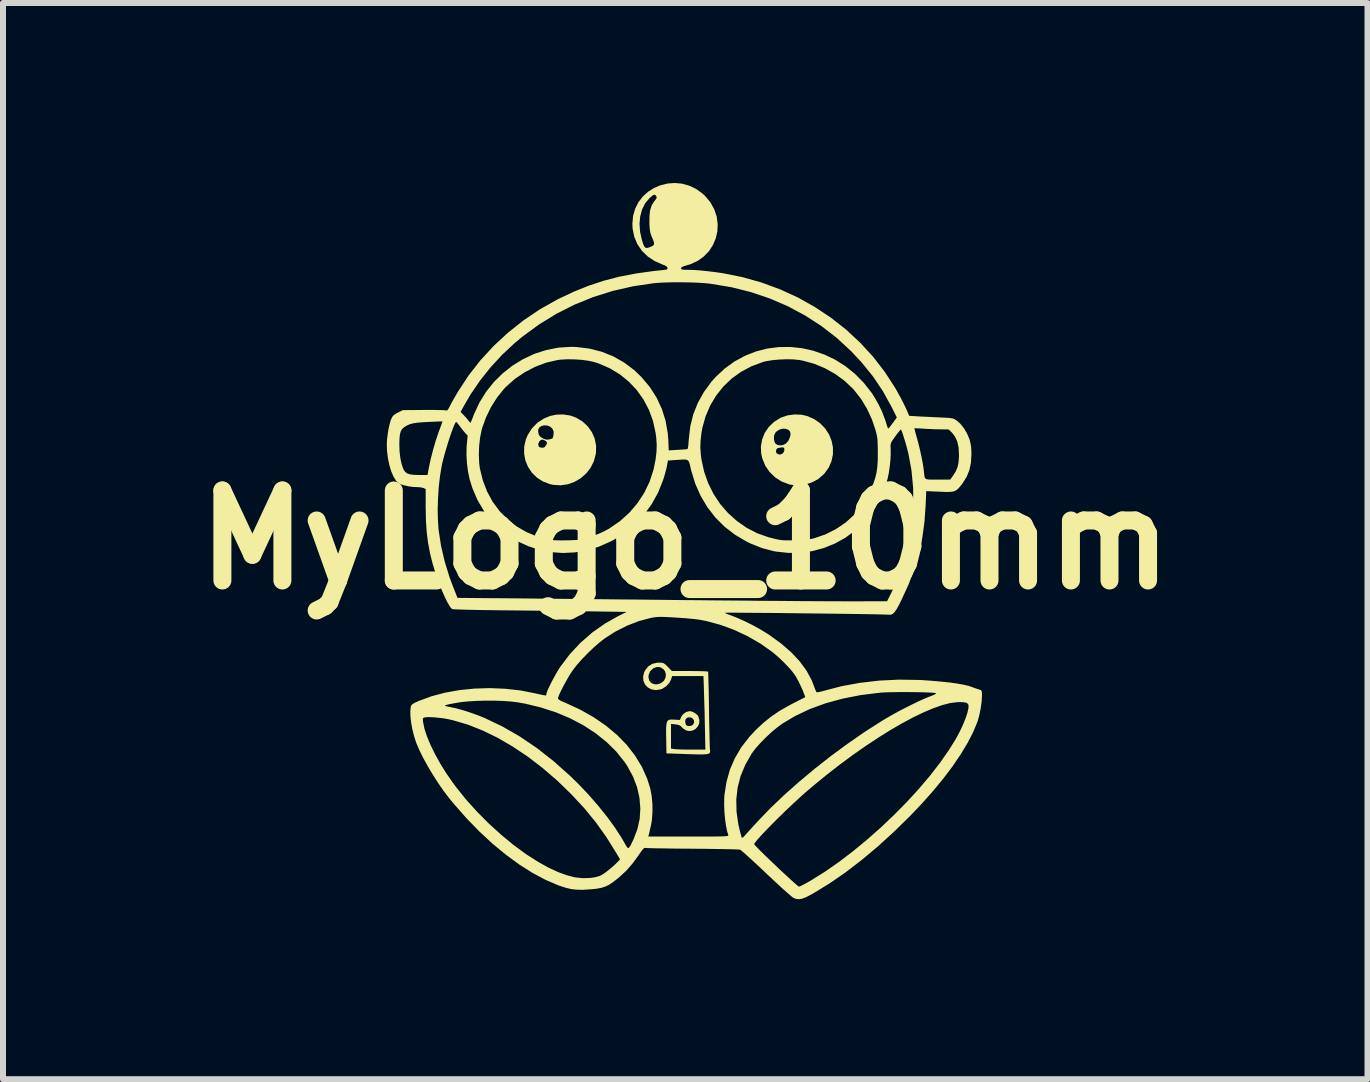
<source format=kicad_pcb>
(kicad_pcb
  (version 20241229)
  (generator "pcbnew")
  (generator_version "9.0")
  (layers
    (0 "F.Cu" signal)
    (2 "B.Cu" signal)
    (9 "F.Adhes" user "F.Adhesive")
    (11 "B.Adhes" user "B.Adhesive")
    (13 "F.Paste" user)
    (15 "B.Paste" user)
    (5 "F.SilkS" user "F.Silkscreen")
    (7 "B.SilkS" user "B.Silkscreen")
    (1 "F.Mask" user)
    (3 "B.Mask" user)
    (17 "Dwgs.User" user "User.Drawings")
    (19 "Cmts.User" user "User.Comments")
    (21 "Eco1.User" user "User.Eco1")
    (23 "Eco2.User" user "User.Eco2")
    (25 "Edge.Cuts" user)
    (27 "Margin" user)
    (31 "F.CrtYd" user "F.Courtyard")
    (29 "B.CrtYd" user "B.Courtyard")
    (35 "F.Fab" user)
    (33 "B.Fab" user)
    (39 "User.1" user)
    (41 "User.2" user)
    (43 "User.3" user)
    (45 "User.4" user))
  (footprint "MyLogo_10mm"
    (layer "F.Cu")
    (at 8.371 5.947)
    (property "Reference" "MyLogo_10mm" (at 0 0 0) (layer "F.SilkS") (effects (font (size 1.5 1.5) (thickness 0.3))))
    (attr board_only exclude_from_pos_files exclude_from_bom)
    (fp_poly (pts (xy 1.935 -2.085) (xy 2.033 -2.063) (xy 2.152 -2.01) (xy 2.252 -1.939) (xy 2.334 -1.853) (xy 2.397 -1.756) (xy 2.44 -1.65) (xy 2.462 -1.539) (xy 2.462 -1.426) (xy 2.439 -1.314) (xy 2.393 -1.206) (xy 2.322 -1.106) (xy 2.307 -1.09) (xy 2.217 -1.013) (xy 2.111 -0.956) (xy 1.995 -0.92) (xy 1.875 -0.907) (xy 1.757 -0.918) (xy 1.726 -0.926) (xy 1.604 -0.973) (xy 1.497 -1.042) (xy 1.406 -1.13) (xy 1.335 -1.234) (xy 1.286 -1.352) (xy 1.267 -1.432) (xy 1.265 -1.47) (xy 1.511 -1.47) (xy 1.524 -1.442) (xy 1.55 -1.425) (xy 1.584 -1.421) (xy 1.617 -1.433) (xy 1.638 -1.455) (xy 1.653 -1.492) (xy 1.651 -1.523) (xy 1.634 -1.541) (xy 1.611 -1.541) (xy 1.576 -1.534) (xy 1.558 -1.533) (xy 1.532 -1.522) (xy 1.519 -1.505) (xy 1.511 -1.47) (xy 1.265 -1.47) (xy 1.261 -1.553) (xy 1.281 -1.671) (xy 1.285 -1.68) (xy 1.478 -1.68) (xy 1.49 -1.628) (xy 1.499 -1.609) (xy 1.532 -1.583) (xy 1.578 -1.573) (xy 1.629 -1.579) (xy 1.676 -1.603) (xy 1.679 -1.605) (xy 1.721 -1.653) (xy 1.748 -1.716) (xy 1.756 -1.768) (xy 1.744 -1.809) (xy 1.714 -1.837) (xy 1.671 -1.851) (xy 1.621 -1.851) (xy 1.571 -1.837) (xy 1.525 -1.809) (xy 1.499 -1.78) (xy 1.481 -1.736) (xy 1.478 -1.68) (xy 1.285 -1.68) (xy 1.325 -1.781) (xy 1.392 -1.88) (xy 1.479 -1.964) (xy 1.584 -2.031) (xy 1.597 -2.037) (xy 1.703 -2.073) (xy 1.819 -2.089)) (stroke (width 0) (type solid)) (fill yes) (layer "F.SilkS"))
    (fp_poly (pts (xy -1.916 -2.071) (xy -1.82 -2.037) (xy -1.713 -1.973) (xy -1.624 -1.89) (xy -1.555 -1.793) (xy -1.508 -1.684) (xy -1.485 -1.567) (xy -1.488 -1.446) (xy -1.49 -1.432) (xy -1.523 -1.309) (xy -1.578 -1.199) (xy -1.652 -1.104) (xy -1.743 -1.025) (xy -1.846 -0.965) (xy -1.959 -0.925) (xy -2.078 -0.908) (xy -2.201 -0.916) (xy -2.256 -0.928) (xy -2.372 -0.972) (xy -2.473 -1.037) (xy -2.556 -1.119) (xy -2.62 -1.215) (xy -2.664 -1.322) (xy -2.685 -1.435) (xy -2.684 -1.552) (xy -2.674 -1.597) (xy -2.45 -1.597) (xy -2.444 -1.561) (xy -2.436 -1.549) (xy -2.405 -1.535) (xy -2.367 -1.535) (xy -2.346 -1.543) (xy -2.329 -1.563) (xy -2.313 -1.587) (xy -2.303 -1.614) (xy -2.312 -1.634) (xy -2.327 -1.647) (xy -2.369 -1.669) (xy -2.405 -1.665) (xy -2.431 -1.641) (xy -2.45 -1.597) (xy -2.674 -1.597) (xy -2.657 -1.67) (xy -2.625 -1.747) (xy -2.581 -1.816) (xy -2.452 -1.816) (xy -2.444 -1.759) (xy -2.418 -1.719) (xy -2.369 -1.688) (xy -2.366 -1.686) (xy -2.318 -1.67) (xy -2.277 -1.671) (xy -2.266 -1.673) (xy -2.235 -1.682) (xy -2.219 -1.686) (xy -2.219 -1.686) (xy -2.208 -1.698) (xy -2.199 -1.728) (xy -2.194 -1.766) (xy -2.193 -1.801) (xy -2.194 -1.808) (xy -2.214 -1.853) (xy -2.249 -1.884) (xy -2.293 -1.903) (xy -2.341 -1.908) (xy -2.387 -1.9) (xy -2.425 -1.879) (xy -2.448 -1.844) (xy -2.452 -1.816) (xy -2.581 -1.816) (xy -2.554 -1.858) (xy -2.465 -1.95) (xy -2.356 -2.021) (xy -2.256 -2.063) (xy -2.148 -2.086) (xy -2.032 -2.089)) (stroke (width 0) (type solid)) (fill yes) (layer "F.SilkS"))
    (fp_poly (pts (xy -0.395 2.049) (xy -0.365 2.055) (xy -0.339 2.071) (xy -0.307 2.1) (xy -0.29 2.118) (xy -0.223 2.187) (xy 0.076 2.187) (xy 0.164 2.188) (xy 0.243 2.189) (xy 0.307 2.191) (xy 0.354 2.194) (xy 0.378 2.197) (xy 0.381 2.198) (xy 0.383 2.214) (xy 0.384 2.254) (xy 0.386 2.317) (xy 0.388 2.399) (xy 0.391 2.498) (xy 0.393 2.609) (xy 0.395 2.732) (xy 0.396 2.821) (xy 0.398 2.952) (xy 0.4 3.075) (xy 0.403 3.189) (xy 0.405 3.289) (xy 0.407 3.373) (xy 0.409 3.438) (xy 0.411 3.48) (xy 0.412 3.493) (xy 0.415 3.517) (xy 0.415 3.536) (xy 0.409 3.551) (xy 0.396 3.563) (xy 0.372 3.571) (xy 0.334 3.575) (xy 0.282 3.578) (xy 0.211 3.577) (xy 0.119 3.575) (xy 0.004 3.571) (xy -0.104 3.567) (xy -0.313 3.56) (xy -0.317 3.311) (xy -0.319 3.208) (xy -0.318 3.131) (xy -0.313 3.074) (xy -0.304 3.036) (xy -0.299 3.027) (xy 0 3.027) (xy 0.005 3.064) (xy 0.016 3.09) (xy 0.017 3.09) (xy 0.049 3.105) (xy 0.09 3.103) (xy 0.126 3.086) (xy 0.131 3.08) (xy 0.149 3.044) (xy 0.145 3.008) (xy 0.124 2.978) (xy 0.091 2.96) (xy 0.05 2.96) (xy 0.036 2.965) (xy 0.01 2.984) (xy 0.000365 3.015) (xy 0 3.027) (xy -0.299 3.027) (xy -0.289 3.012) (xy -0.266 3) (xy -0.234 2.996) (xy -0.191 2.997) (xy -0.182 2.998) (xy -0.089 3.003) (xy -0.066 2.95) (xy -0.033 2.904) (xy 0.018 2.87) (xy 0.074 2.856) (xy 0.078 2.856) (xy 0.121 2.866) (xy 0.168 2.892) (xy 0.206 2.925) (xy 0.217 2.941) (xy 0.236 3.003) (xy 0.233 3.06) (xy 0.21 3.111) (xy 0.174 3.151) (xy 0.127 3.178) (xy 0.074 3.188) (xy 0.02 3.179) (xy -0.032 3.148) (xy -0.049 3.131) (xy -0.08 3.101) (xy -0.113 3.085) (xy -0.16 3.077) (xy -0.164 3.076) (xy -0.237 3.069) (xy -0.237 3.274) (xy -0.237 3.48) (xy -0.185 3.488) (xy -0.153 3.491) (xy -0.1 3.494) (xy -0.031 3.496) (xy 0.049 3.497) (xy 0.102 3.497) (xy 0.336 3.497) (xy 0.328 3.111) (xy 0.325 2.994) (xy 0.323 2.873) (xy 0.319 2.754) (xy 0.316 2.644) (xy 0.313 2.55) (xy 0.312 2.498) (xy 0.304 2.271) (xy 0.043 2.271) (xy -0.219 2.271) (xy -0.234 2.324) (xy -0.265 2.385) (xy -0.316 2.44) (xy -0.378 2.481) (xy -0.412 2.494) (xy -0.493 2.505) (xy -0.564 2.493) (xy -0.624 2.461) (xy -0.669 2.413) (xy -0.696 2.353) (xy -0.702 2.289) (xy -0.613 2.289) (xy -0.601 2.344) (xy -0.57 2.384) (xy -0.524 2.406) (xy -0.468 2.41) (xy -0.407 2.391) (xy -0.404 2.389) (xy -0.357 2.352) (xy -0.329 2.301) (xy -0.322 2.245) (xy -0.337 2.191) (xy -0.361 2.159) (xy -0.412 2.125) (xy -0.468 2.119) (xy -0.526 2.139) (xy -0.535 2.145) (xy -0.584 2.19) (xy -0.608 2.247) (xy -0.613 2.289) (xy -0.702 2.289) (xy -0.702 2.284) (xy -0.685 2.21) (xy -0.668 2.175) (xy -0.617 2.111) (xy -0.55 2.068) (xy -0.468 2.049) (xy -0.439 2.048)) (stroke (width 0) (type solid)) (fill yes) (layer "F.SilkS"))
    (fp_poly (pts (xy -0.054 -5.936) (xy 0.065 -5.903) (xy 0.18 -5.849) (xy 0.288 -5.771) (xy 0.334 -5.728) (xy 0.422 -5.621) (xy 0.485 -5.506) (xy 0.525 -5.386) (xy 0.541 -5.264) (xy 0.536 -5.142) (xy 0.509 -5.024) (xy 0.462 -4.913) (xy 0.396 -4.811) (xy 0.31 -4.722) (xy 0.207 -4.648) (xy 0.086 -4.593) (xy 0.026 -4.575) (xy -0.027 -4.559) (xy -0.057 -4.545) (xy -0.069 -4.53) (xy -0.07 -4.525) (xy -0.066 -4.512) (xy -0.052 -4.505) (xy -0.021 -4.501) (xy 0.031 -4.5) (xy 0.128 -4.498) (xy 0.245 -4.49) (xy 0.373 -4.477) (xy 0.505 -4.461) (xy 0.623 -4.444) (xy 0.953 -4.378) (xy 1.273 -4.288) (xy 1.582 -4.174) (xy 1.879 -4.038) (xy 2.162 -3.879) (xy 2.431 -3.7) (xy 2.683 -3.502) (xy 2.917 -3.284) (xy 3.133 -3.049) (xy 3.328 -2.796) (xy 3.502 -2.528) (xy 3.601 -2.349) (xy 3.634 -2.284) (xy 3.665 -2.22) (xy 3.691 -2.165) (xy 3.703 -2.137) (xy 3.733 -2.066) (xy 3.883 -2.057) (xy 3.955 -2.053) (xy 4.044 -2.049) (xy 4.139 -2.044) (xy 4.232 -2.04) (xy 4.248 -2.039) (xy 4.33 -2.035) (xy 4.389 -2.032) (xy 4.431 -2.027) (xy 4.462 -2.021) (xy 4.486 -2.011) (xy 4.509 -1.998) (xy 4.526 -1.987) (xy 4.586 -1.934) (xy 4.645 -1.86) (xy 4.696 -1.774) (xy 4.735 -1.683) (xy 4.74 -1.668) (xy 4.756 -1.604) (xy 4.766 -1.538) (xy 4.77 -1.46) (xy 4.77 -1.421) (xy 4.762 -1.282) (xy 4.736 -1.16) (xy 4.69 -1.048) (xy 4.622 -0.94) (xy 4.598 -0.909) (xy 4.563 -0.867) (xy 4.533 -0.837) (xy 4.501 -0.816) (xy 4.463 -0.804) (xy 4.413 -0.798) (xy 4.347 -0.797) (xy 4.26 -0.801) (xy 4.236 -0.802) (xy 4.017 -0.811) (xy 4.008 -0.59) (xy 3.988 -0.302) (xy 3.951 -0.029) (xy 3.895 0.232) (xy 3.819 0.49) (xy 3.721 0.748) (xy 3.606 0.999) (xy 3.561 1.089) (xy 3.524 1.156) (xy 3.492 1.202) (xy 3.463 1.232) (xy 3.435 1.247) (xy 3.404 1.25) (xy 3.384 1.248) (xy 3.363 1.247) (xy 3.318 1.246) (xy 3.25 1.244) (xy 3.161 1.242) (xy 3.054 1.24) (xy 2.931 1.238) (xy 2.795 1.236) (xy 2.648 1.234) (xy 2.492 1.232) (xy 2.329 1.23) (xy 2.162 1.228) (xy 1.994 1.226) (xy 1.825 1.224) (xy 1.66 1.222) (xy 1.499 1.22) (xy 1.345 1.219) (xy 1.202 1.218) (xy 1.07 1.217) (xy 0.952 1.216) (xy 0.852 1.215) (xy 0.769 1.215) (xy 0.709 1.215) (xy 0.671 1.216) (xy 0.66 1.217) (xy 0.669 1.223) (xy 0.699 1.237) (xy 0.744 1.254) (xy 0.762 1.26) (xy 0.871 1.303) (xy 0.994 1.358) (xy 1.122 1.422) (xy 1.248 1.491) (xy 1.363 1.561) (xy 1.403 1.587) (xy 1.598 1.729) (xy 1.767 1.875) (xy 1.907 2.025) (xy 2.021 2.18) (xy 2.107 2.339) (xy 2.14 2.423) (xy 2.159 2.474) (xy 2.175 2.515) (xy 2.186 2.538) (xy 2.188 2.54) (xy 2.205 2.542) (xy 2.242 2.535) (xy 2.291 2.523) (xy 2.315 2.516) (xy 2.606 2.44) (xy 2.914 2.384) (xy 3.233 2.347) (xy 3.559 2.331) (xy 3.887 2.336) (xy 3.939 2.338) (xy 4.109 2.35) (xy 4.267 2.364) (xy 4.411 2.379) (xy 4.537 2.397) (xy 4.642 2.416) (xy 4.724 2.435) (xy 4.762 2.448) (xy 4.816 2.468) (xy 4.867 2.485) (xy 4.901 2.496) (xy 4.926 2.505) (xy 4.939 2.516) (xy 4.945 2.539) (xy 4.946 2.581) (xy 4.946 2.596) (xy 4.941 2.693) (xy 4.926 2.803) (xy 4.904 2.914) (xy 4.877 3.014) (xy 4.868 3.04) (xy 4.798 3.208) (xy 4.705 3.388) (xy 4.59 3.578) (xy 4.455 3.777) (xy 4.299 3.983) (xy 4.125 4.194) (xy 3.933 4.409) (xy 3.755 4.596) (xy 3.484 4.862) (xy 3.212 5.11) (xy 2.941 5.337) (xy 2.673 5.543) (xy 2.409 5.725) (xy 2.152 5.883) (xy 2.106 5.909) (xy 2.024 5.952) (xy 1.959 5.979) (xy 1.906 5.99) (xy 1.86 5.988) (xy 1.814 5.973) (xy 1.799 5.965) (xy 1.779 5.95) (xy 1.741 5.918) (xy 1.687 5.871) (xy 1.621 5.812) (xy 1.545 5.742) (xy 1.461 5.664) (xy 1.372 5.581) (xy 1.348 5.558) (xy 1.259 5.474) (xy 1.175 5.396) (xy 1.099 5.325) (xy 1.033 5.265) (xy 0.979 5.217) (xy 0.94 5.184) (xy 0.918 5.167) (xy 0.916 5.165) (xy 0.897 5.163) (xy 0.852 5.161) (xy 0.786 5.159) (xy 0.699 5.157) (xy 0.595 5.155) (xy 0.476 5.153) (xy 0.345 5.151) (xy 0.205 5.15) (xy 0.12 5.149) (xy -0.025 5.148) (xy -0.161 5.147) (xy -0.286 5.145) (xy -0.398 5.143) (xy -0.495 5.142) (xy -0.572 5.14) (xy -0.629 5.138) (xy -0.662 5.136) (xy -0.669 5.135) (xy -0.684 5.138) (xy -0.707 5.159) (xy -0.738 5.2) (xy -0.776 5.256) (xy -0.877 5.395) (xy -0.982 5.515) (xy -1.102 5.626) (xy -1.133 5.651) (xy -1.207 5.709) (xy -1.272 5.751) (xy -1.334 5.781) (xy -1.4 5.802) (xy -1.48 5.816) (xy -1.579 5.826) (xy -1.586 5.826) (xy -1.705 5.834) (xy -1.807 5.832) (xy -1.899 5.822) (xy -1.991 5.8) (xy -2.093 5.767) (xy -2.118 5.758) (xy -2.33 5.667) (xy -2.547 5.551) (xy -2.768 5.411) (xy -2.99 5.248) (xy -3.212 5.065) (xy -3.431 4.862) (xy -3.646 4.641) (xy -3.854 4.404) (xy -3.928 4.315) (xy -4.02 4.195) (xy -4.112 4.063) (xy -4.202 3.923) (xy -4.287 3.781) (xy -4.364 3.642) (xy -4.429 3.511) (xy -4.479 3.394) (xy -4.49 3.365) (xy -4.523 3.259) (xy -4.55 3.15) (xy -4.569 3.041) (xy -4.573 3.006) (xy -4.373 3.006) (xy -4.369 3.038) (xy -4.346 3.152) (xy -4.303 3.281) (xy -4.244 3.422) (xy -4.17 3.573) (xy -4.083 3.73) (xy -3.984 3.889) (xy -3.874 4.048) (xy -3.816 4.126) (xy -3.648 4.335) (xy -3.464 4.538) (xy -3.27 4.733) (xy -3.067 4.917) (xy -2.861 5.087) (xy -2.654 5.239) (xy -2.449 5.37) (xy -2.285 5.461) (xy -2.123 5.537) (xy -1.975 5.591) (xy -1.838 5.626) (xy -1.707 5.64) (xy -1.579 5.636) (xy -1.502 5.624) (xy -1.45 5.611) (xy -1.406 5.594) (xy -1.361 5.567) (xy -1.307 5.528) (xy -1.252 5.484) (xy -1.198 5.438) (xy -1.154 5.397) (xy -1.146 5.389) (xy -1.086 5.327) (xy -1.151 5.217) (xy -1.315 4.954) (xy -1.49 4.709) (xy -1.682 4.474) (xy -1.897 4.243) (xy -1.9 4.24) (xy -2.135 4.012) (xy -2.377 3.804) (xy -2.623 3.615) (xy -2.873 3.448) (xy -3.123 3.302) (xy -3.373 3.18) (xy -3.62 3.082) (xy -3.863 3.01) (xy -3.951 2.99) (xy -4.02 2.977) (xy -4.097 2.968) (xy -4.174 2.96) (xy -4.245 2.956) (xy -4.303 2.956) (xy -4.34 2.96) (xy -4.34 2.96) (xy -4.363 2.967) (xy -4.373 2.98) (xy -4.373 3.006) (xy -4.573 3.006) (xy -4.58 2.94) (xy -4.582 2.852) (xy -4.574 2.782) (xy -4.572 2.773) (xy -4.566 2.762) (xy -4.004 2.762) (xy -4.001 2.769) (xy -3.978 2.776) (xy -3.938 2.784) (xy -3.927 2.786) (xy -3.819 2.809) (xy -3.695 2.843) (xy -3.563 2.886) (xy -3.432 2.934) (xy -3.348 2.968) (xy -3.052 3.109) (xy -2.761 3.276) (xy -2.477 3.468) (xy -2.198 3.686) (xy -1.922 3.932) (xy -1.783 4.067) (xy -1.613 4.246) (xy -1.452 4.431) (xy -1.303 4.616) (xy -1.17 4.799) (xy -1.056 4.975) (xy -1.003 5.069) (xy -0.98 5.108) (xy -0.963 5.132) (xy -0.947 5.138) (xy -0.931 5.125) (xy -0.91 5.091) (xy -0.902 5.074) (xy 1.149 5.074) (xy 1.159 5.088) (xy 1.187 5.117) (xy 1.229 5.161) (xy 1.284 5.215) (xy 1.348 5.278) (xy 1.419 5.346) (xy 1.494 5.417) (xy 1.569 5.489) (xy 1.643 5.558) (xy 1.713 5.622) (xy 1.775 5.679) (xy 1.827 5.726) (xy 1.867 5.76) (xy 1.891 5.779) (xy 1.896 5.781) (xy 1.915 5.775) (xy 1.953 5.756) (xy 2.006 5.729) (xy 2.068 5.694) (xy 2.102 5.674) (xy 2.328 5.533) (xy 2.559 5.372) (xy 2.793 5.194) (xy 3.025 5.003) (xy 3.254 4.801) (xy 3.476 4.591) (xy 3.689 4.375) (xy 3.89 4.156) (xy 4.076 3.937) (xy 4.244 3.72) (xy 4.392 3.509) (xy 4.508 3.323) (xy 4.571 3.207) (xy 4.625 3.093) (xy 4.669 2.986) (xy 4.701 2.891) (xy 4.72 2.811) (xy 4.723 2.767) (xy 4.715 2.738) (xy 4.69 2.718) (xy 4.644 2.708) (xy 4.576 2.705) (xy 4.528 2.707) (xy 4.413 2.722) (xy 4.281 2.756) (xy 4.132 2.809) (xy 3.969 2.878) (xy 3.793 2.963) (xy 3.607 3.063) (xy 3.411 3.177) (xy 3.208 3.304) (xy 2.999 3.443) (xy 2.786 3.592) (xy 2.57 3.752) (xy 2.354 3.92) (xy 2.139 4.096) (xy 2.039 4.181) (xy 1.957 4.252) (xy 1.87 4.332) (xy 1.778 4.417) (xy 1.685 4.505) (xy 1.592 4.595) (xy 1.503 4.683) (xy 1.419 4.768) (xy 1.342 4.847) (xy 1.275 4.918) (xy 1.22 4.979) (xy 1.179 5.027) (xy 1.155 5.06) (xy 1.149 5.074) (xy -0.902 5.074) (xy -0.882 5.034) (xy -0.862 4.993) (xy -0.798 4.826) (xy -0.759 4.653) (xy -0.748 4.477) (xy -0.763 4.299) (xy -0.803 4.122) (xy -0.87 3.947) (xy -0.962 3.777) (xy -1.014 3.699) (xy -1.152 3.527) (xy -1.314 3.368) (xy -1.498 3.221) (xy -1.7 3.09) (xy -1.921 2.974) (xy -2.157 2.875) (xy -2.408 2.794) (xy -2.669 2.731) (xy -2.801 2.708) (xy -2.911 2.695) (xy -3.041 2.686) (xy -3.183 2.681) (xy -3.33 2.681) (xy -3.475 2.685) (xy -3.611 2.693) (xy -3.731 2.705) (xy -3.795 2.715) (xy -3.884 2.731) (xy -3.948 2.744) (xy -3.987 2.754) (xy -4.004 2.762) (xy -4.566 2.762) (xy -4.561 2.753) (xy -4.539 2.734) (xy -4.499 2.712) (xy -4.439 2.685) (xy -4.312 2.639) (xy -2.121 2.639) (xy -2.118 2.653) (xy -2.101 2.668) (xy -2.068 2.687) (xy -2.012 2.711) (xy -1.999 2.716) (xy -1.752 2.83) (xy -1.525 2.958) (xy -1.319 3.1) (xy -1.135 3.254) (xy -0.973 3.42) (xy -0.836 3.598) (xy -0.722 3.785) (xy -0.634 3.982) (xy -0.583 4.144) (xy -0.56 4.263) (xy -0.547 4.397) (xy -0.546 4.535) (xy -0.555 4.667) (xy -0.569 4.751) (xy -0.583 4.812) (xy -0.595 4.866) (xy -0.604 4.904) (xy -0.607 4.915) (xy -0.616 4.946) (xy 0.056 4.946) (xy 0.21 4.946) (xy 0.339 4.946) (xy 0.444 4.946) (xy 0.528 4.945) (xy 0.594 4.944) (xy 0.643 4.942) (xy 0.677 4.94) (xy 0.7 4.937) (xy 0.713 4.934) (xy 0.718 4.929) (xy 0.719 4.924) (xy 0.718 4.922) (xy 0.696 4.849) (xy 0.678 4.755) (xy 0.663 4.647) (xy 0.653 4.532) (xy 0.649 4.418) (xy 0.65 4.326) (xy 0.851 4.326) (xy 0.855 4.53) (xy 0.885 4.742) (xy 0.908 4.841) (xy 0.922 4.894) (xy 0.934 4.937) (xy 0.942 4.963) (xy 0.944 4.966) (xy 0.957 4.965) (xy 0.979 4.946) (xy 0.986 4.938) (xy 1.006 4.915) (xy 1.041 4.876) (xy 1.089 4.824) (xy 1.144 4.763) (xy 1.204 4.698) (xy 1.21 4.691) (xy 1.417 4.476) (xy 1.646 4.257) (xy 1.894 4.037) (xy 2.156 3.818) (xy 2.428 3.604) (xy 2.707 3.399) (xy 2.987 3.205) (xy 3.265 3.027) (xy 3.351 2.975) (xy 3.446 2.92) (xy 3.553 2.861) (xy 3.667 2.802) (xy 3.781 2.745) (xy 3.89 2.692) (xy 3.988 2.648) (xy 4.07 2.614) (xy 4.088 2.608) (xy 4.142 2.586) (xy 4.174 2.569) (xy 4.182 2.558) (xy 4.18 2.557) (xy 4.159 2.552) (xy 4.114 2.548) (xy 4.05 2.545) (xy 3.97 2.542) (xy 3.878 2.54) (xy 3.779 2.539) (xy 3.676 2.538) (xy 3.574 2.538) (xy 3.477 2.54) (xy 3.388 2.541) (xy 3.313 2.544) (xy 3.255 2.548) (xy 3.252 2.548) (xy 2.927 2.588) (xy 2.622 2.648) (xy 2.337 2.726) (xy 2.072 2.823) (xy 1.827 2.94) (xy 1.624 3.061) (xy 1.534 3.127) (xy 1.437 3.207) (xy 1.341 3.297) (xy 1.25 3.39) (xy 1.17 3.48) (xy 1.108 3.563) (xy 1.103 3.571) (xy 1 3.753) (xy 0.923 3.938) (xy 0.874 4.129) (xy 0.851 4.326) (xy 0.65 4.326) (xy 0.65 4.311) (xy 0.654 4.249) (xy 0.688 4.034) (xy 0.745 3.831) (xy 0.827 3.641) (xy 0.934 3.46) (xy 1.067 3.287) (xy 1.177 3.169) (xy 1.301 3.053) (xy 1.427 2.951) (xy 1.561 2.859) (xy 1.712 2.772) (xy 1.798 2.726) (xy 2.001 2.623) (xy 1.984 2.576) (xy 1.959 2.511) (xy 1.925 2.436) (xy 1.888 2.36) (xy 1.852 2.293) (xy 1.824 2.248) (xy 1.775 2.184) (xy 1.71 2.111) (xy 1.634 2.033) (xy 1.555 1.958) (xy 1.477 1.891) (xy 1.455 1.873) (xy 1.258 1.733) (xy 1.044 1.609) (xy 0.819 1.503) (xy 0.589 1.418) (xy 0.359 1.356) (xy 0.23 1.331) (xy 0.175 1.324) (xy 0.1 1.316) (xy 0.011 1.308) (xy -0.085 1.301) (xy -0.175 1.295) (xy -0.274 1.289) (xy -0.35 1.286) (xy -0.41 1.285) (xy -0.457 1.286) (xy -0.499 1.29) (xy -0.54 1.296) (xy -0.572 1.302) (xy -0.772 1.355) (xy -0.973 1.433) (xy -1.168 1.532) (xy -1.338 1.641) (xy -1.426 1.709) (xy -1.524 1.794) (xy -1.623 1.889) (xy -1.719 1.988) (xy -1.804 2.084) (xy -1.873 2.172) (xy -1.879 2.181) (xy -1.915 2.235) (xy -1.955 2.302) (xy -1.996 2.375) (xy -2.036 2.449) (xy -2.071 2.518) (xy -2.099 2.578) (xy -2.116 2.622) (xy -2.121 2.639) (xy -4.312 2.639) (xy -4.229 2.608) (xy -4.002 2.548) (xy -3.761 2.505) (xy -3.511 2.48) (xy -3.255 2.472) (xy -2.999 2.483) (xy -2.747 2.511) (xy -2.503 2.559) (xy -2.486 2.563) (xy -2.423 2.577) (xy -2.371 2.588) (xy -2.335 2.594) (xy -2.32 2.594) (xy -2.314 2.575) (xy -2.313 2.565) (xy -2.306 2.539) (xy -2.288 2.494) (xy -2.26 2.435) (xy -2.226 2.367) (xy -2.188 2.296) (xy -2.149 2.225) (xy -2.111 2.162) (xy -2.081 2.115) (xy -1.923 1.906) (xy -1.744 1.715) (xy -1.548 1.544) (xy -1.334 1.394) (xy -1.132 1.28) (xy -0.976 1.202) (xy -1.578 1.193) (xy -1.712 1.191) (xy -1.868 1.189) (xy -2.041 1.187) (xy -2.226 1.185) (xy -2.417 1.182) (xy -2.609 1.18) (xy -2.797 1.178) (xy -2.974 1.176) (xy -3.017 1.176) (xy -3.167 1.174) (xy -3.311 1.172) (xy -3.443 1.17) (xy -3.564 1.167) (xy -3.668 1.165) (xy -3.755 1.162) (xy -3.822 1.16) (xy -3.866 1.157) (xy -3.884 1.155) (xy -3.905 1.136) (xy -3.934 1.094) (xy -3.968 1.034) (xy -4.005 0.958) (xy -4.044 0.871) (xy -4.084 0.776) (xy -4.121 0.678) (xy -4.151 0.592) (xy -4.209 0.402) (xy -4.254 0.223) (xy -4.287 0.047) (xy -4.309 -0.132) (xy -4.322 -0.324) (xy -4.325 -0.508) (xy -4.126 -0.508) (xy -4.122 -0.329) (xy -4.111 -0.168) (xy -4.11 -0.16) (xy -4.07 0.1) (xy -4.008 0.366) (xy -3.925 0.634) (xy -3.87 0.78) (xy -3.796 0.968) (xy -3.267 0.973) (xy -3.195 0.973) (xy -3.097 0.974) (xy -2.975 0.975) (xy -2.831 0.976) (xy -2.666 0.978) (xy -2.483 0.98) (xy -2.282 0.982) (xy -2.067 0.984) (xy -1.839 0.986) (xy -1.6 0.989) (xy -1.351 0.991) (xy -1.094 0.994) (xy -0.832 0.996) (xy -0.566 0.999) (xy -0.3 1.002) (xy -0.03 1.005) (xy 0.238 1.007) (xy 0.504 1.01) (xy 0.764 1.012) (xy 1.018 1.014) (xy 1.263 1.017) (xy 1.497 1.018) (xy 1.719 1.02) (xy 1.926 1.022) (xy 2.117 1.023) (xy 2.289 1.024) (xy 2.441 1.025) (xy 2.571 1.025) (xy 2.677 1.026) (xy 2.752 1.026) (xy 3.365 1.024) (xy 3.438 0.878) (xy 3.56 0.605) (xy 3.657 0.321) (xy 3.73 0.03) (xy 3.778 -0.267) (xy 3.801 -0.566) (xy 3.799 -0.865) (xy 3.771 -1.16) (xy 3.72 -1.435) (xy 3.703 -1.502) (xy 3.684 -1.574) (xy 3.663 -1.646) (xy 3.642 -1.713) (xy 3.624 -1.771) (xy 3.608 -1.814) (xy 3.597 -1.837) (xy 3.594 -1.839) (xy 3.583 -1.829) (xy 3.559 -1.8) (xy 3.527 -1.759) (xy 3.492 -1.711) (xy 3.457 -1.661) (xy 3.44 -1.635) (xy 3.427 -1.606) (xy 3.422 -1.566) (xy 3.424 -1.508) (xy 3.425 -1.427) (xy 3.42 -1.329) (xy 3.409 -1.223) (xy 3.394 -1.119) (xy 3.375 -1.025) (xy 3.37 -1.007) (xy 3.304 -0.805) (xy 3.215 -0.617) (xy 3.105 -0.445) (xy 2.977 -0.29) (xy 2.832 -0.154) (xy 2.672 -0.036) (xy 2.498 0.061) (xy 2.314 0.136) (xy 2.12 0.188) (xy 1.919 0.216) (xy 1.712 0.218) (xy 1.502 0.195) (xy 1.476 0.19) (xy 1.282 0.139) (xy 1.086 0.061) (xy 1.018 0.027) (xy 0.827 -0.086) (xy 0.655 -0.219) (xy 0.502 -0.372) (xy 0.369 -0.544) (xy 0.257 -0.732) (xy 0.167 -0.935) (xy 0.1 -1.154) (xy 0.091 -1.191) (xy 0.078 -1.251) (xy 0.066 -1.292) (xy 0.05 -1.319) (xy 0.027 -1.333) (xy -0.01 -1.338) (xy -0.065 -1.336) (xy -0.143 -1.331) (xy -0.148 -1.331) (xy -0.288 -1.321) (xy -0.305 -1.228) (xy -0.317 -1.174) (xy -0.336 -1.105) (xy -0.357 -1.031) (xy -0.371 -0.99) (xy -0.453 -0.785) (xy -0.559 -0.594) (xy -0.687 -0.418) (xy -0.836 -0.259) (xy -1.003 -0.12) (xy -1.187 -0.001) (xy -1.241 0.027) (xy -1.438 0.114) (xy -1.638 0.175) (xy -1.839 0.21) (xy -2.038 0.22) (xy -2.235 0.206) (xy -2.426 0.169) (xy -2.61 0.109) (xy -2.786 0.029) (xy -2.951 -0.073) (xy -3.103 -0.194) (xy -3.24 -0.334) (xy -3.362 -0.492) (xy -3.465 -0.668) (xy -3.547 -0.86) (xy -3.594 -1.01) (xy -3.62 -1.135) (xy -3.638 -1.274) (xy -3.646 -1.415) (xy -3.646 -1.418) (xy -3.44 -1.418) (xy -3.434 -1.28) (xy -3.423 -1.191) (xy -3.374 -0.992) (xy -3.303 -0.806) (xy -3.21 -0.635) (xy -3.096 -0.48) (xy -2.963 -0.343) (xy -2.813 -0.225) (xy -2.647 -0.129) (xy -2.465 -0.054) (xy -2.313 -0.012) (xy -2.259 -0.002) (xy -2.204 0.005) (xy -2.143 0.009) (xy -2.069 0.01) (xy -1.974 0.009) (xy -1.965 0.009) (xy -1.877 0.006) (xy -1.81 0.003) (xy -1.758 -0.001) (xy -1.715 -0.008) (xy -1.673 -0.019) (xy -1.626 -0.033) (xy -1.609 -0.039) (xy -1.507 -0.075) (xy -1.424 -0.108) (xy -1.353 -0.141) (xy -1.285 -0.177) (xy -1.262 -0.191) (xy -1.086 -0.312) (xy -0.93 -0.453) (xy -0.796 -0.61) (xy -0.683 -0.783) (xy -0.593 -0.97) (xy -0.528 -1.17) (xy -0.494 -1.338) (xy -0.479 -1.465) (xy -0.475 -1.582) (xy -0.483 -1.701) (xy -0.494 -1.783) (xy -0.537 -1.981) (xy -0.605 -2.166) (xy -0.696 -2.338) (xy -0.807 -2.495) (xy -0.939 -2.635) (xy -1.089 -2.757) (xy -1.256 -2.858) (xy -1.438 -2.937) (xy -1.515 -2.962) (xy -1.609 -2.983) (xy -1.721 -2.999) (xy -1.842 -3.007) (xy -1.963 -3.009) (xy -2.074 -3.003) (xy -2.128 -2.996) (xy -2.316 -2.953) (xy -2.5 -2.884) (xy -2.676 -2.792) (xy -2.84 -2.681) (xy -2.985 -2.552) (xy -3.023 -2.513) (xy -3.137 -2.37) (xy -3.239 -2.209) (xy -3.322 -2.037) (xy -3.385 -1.862) (xy -3.393 -1.832) (xy -3.419 -1.704) (xy -3.435 -1.562) (xy -3.44 -1.418) (xy -3.646 -1.418) (xy -3.644 -1.547) (xy -3.64 -1.595) (xy -3.626 -1.735) (xy -3.67 -1.783) (xy -3.704 -1.824) (xy -3.742 -1.873) (xy -3.761 -1.898) (xy -3.788 -1.934) (xy -3.809 -1.958) (xy -3.818 -1.965) (xy -3.83 -1.952) (xy -3.848 -1.916) (xy -3.87 -1.861) (xy -3.896 -1.791) (xy -3.924 -1.71) (xy -3.953 -1.621) (xy -3.981 -1.528) (xy -4.008 -1.436) (xy -4.031 -1.349) (xy -4.051 -1.27) (xy -4.06 -1.226) (xy -4.087 -1.063) (xy -4.108 -0.883) (xy -4.12 -0.695) (xy -4.126 -0.508) (xy -4.325 -0.508) (xy -4.326 -0.531) (xy -4.326 -0.846) (xy -4.36 -0.862) (xy -4.394 -0.871) (xy -4.442 -0.877) (xy -4.472 -0.878) (xy -4.537 -0.881) (xy -4.608 -0.891) (xy -4.677 -0.906) (xy -4.735 -0.923) (xy -4.773 -0.94) (xy -4.82 -0.984) (xy -4.862 -1.053) (xy -4.9 -1.14) (xy -4.931 -1.243) (xy -4.955 -1.357) (xy -4.97 -1.478) (xy -4.974 -1.584) (xy -4.765 -1.584) (xy -4.761 -1.469) (xy -4.748 -1.36) (xy -4.728 -1.265) (xy -4.702 -1.188) (xy -4.691 -1.165) (xy -4.667 -1.131) (xy -4.635 -1.107) (xy -4.59 -1.091) (xy -4.529 -1.083) (xy -4.445 -1.08) (xy -4.423 -1.08) (xy -4.295 -1.08) (xy -4.271 -1.212) (xy -4.24 -1.353) (xy -4.201 -1.506) (xy -4.156 -1.659) (xy -4.109 -1.798) (xy -4.099 -1.825) (xy -4.077 -1.884) (xy -4.06 -1.931) (xy -4.049 -1.963) (xy -4.046 -1.973) (xy -4.06 -1.973) (xy -4.097 -1.972) (xy -4.152 -1.97) (xy -4.222 -1.967) (xy -4.284 -1.964) (xy -4.39 -1.958) (xy -4.473 -1.951) (xy -4.539 -1.94) (xy -4.591 -1.926) (xy -4.636 -1.906) (xy -4.678 -1.881) (xy -4.691 -1.871) (xy -4.72 -1.844) (xy -4.741 -1.809) (xy -4.754 -1.762) (xy -4.762 -1.697) (xy -4.765 -1.61) (xy -4.765 -1.584) (xy -4.974 -1.584) (xy -4.974 -1.588) (xy -4.971 -1.661) (xy -4.961 -1.745) (xy -4.948 -1.832) (xy -4.931 -1.912) (xy -4.913 -1.979) (xy -4.903 -2.007) (xy -4.882 -2.049) (xy -4.859 -2.077) (xy -4.823 -2.102) (xy -4.79 -2.119) (xy -4.767 -2.131) (xy -3.744 -2.131) (xy -3.693 -2.079) (xy -3.656 -2.039) (xy -3.623 -2) (xy -3.613 -1.985) (xy -3.592 -1.96) (xy -3.579 -1.95) (xy -3.578 -1.951) (xy -3.571 -1.966) (xy -3.556 -2.001) (xy -3.536 -2.051) (xy -3.52 -2.094) (xy -3.43 -2.287) (xy -3.319 -2.467) (xy -3.188 -2.631) (xy -3.039 -2.777) (xy -2.876 -2.905) (xy -2.699 -3.013) (xy -2.512 -3.1) (xy -2.316 -3.163) (xy -2.113 -3.203) (xy -1.906 -3.216) (xy -1.811 -3.213) (xy -1.598 -3.187) (xy -1.394 -3.135) (xy -1.201 -3.058) (xy -1.021 -2.956) (xy -0.853 -2.831) (xy -0.729 -2.712) (xy -0.59 -2.546) (xy -0.477 -2.369) (xy -0.389 -2.18) (xy -0.327 -1.982) (xy -0.291 -1.775) (xy -0.282 -1.668) (xy -0.275 -1.49) (xy -0.127 -1.499) (xy -0.064 -1.503) (xy -0.012 -1.506) (xy 0.024 -1.51) (xy 0.036 -1.512) (xy 0.044 -1.527) (xy 0.046 -1.539) (xy 0.252 -1.539) (xy 0.26 -1.42) (xy 0.271 -1.338) (xy 0.315 -1.135) (xy 0.383 -0.943) (xy 0.473 -0.762) (xy 0.583 -0.596) (xy 0.713 -0.446) (xy 0.86 -0.314) (xy 1.022 -0.201) (xy 1.198 -0.11) (xy 1.386 -0.043) (xy 1.438 -0.03) (xy 1.502 -0.014) (xy 1.552 -0.003) (xy 1.594 0.004) (xy 1.636 0.008) (xy 1.685 0.009) (xy 1.748 0.009) (xy 1.831 0.008) (xy 1.832 0.008) (xy 1.934 0.004) (xy 2.016 -0.002) (xy 2.083 -0.011) (xy 2.143 -0.024) (xy 2.148 -0.025) (xy 2.337 -0.09) (xy 2.512 -0.178) (xy 2.673 -0.287) (xy 2.816 -0.416) (xy 2.94 -0.564) (xy 3.043 -0.729) (xy 3.094 -0.835) (xy 3.136 -0.939) (xy 3.168 -1.033) (xy 3.189 -1.124) (xy 3.202 -1.22) (xy 3.209 -1.327) (xy 3.21 -1.449) (xy 3.209 -1.542) (xy 3.207 -1.613) (xy 3.204 -1.67) (xy 3.198 -1.718) (xy 3.188 -1.765) (xy 3.175 -1.818) (xy 3.171 -1.832) (xy 3.111 -2.009) (xy 3.03 -2.183) (xy 2.931 -2.347) (xy 2.818 -2.492) (xy 2.8 -2.513) (xy 2.66 -2.646) (xy 2.501 -2.763) (xy 2.328 -2.86) (xy 2.146 -2.935) (xy 1.959 -2.986) (xy 1.905 -2.996) (xy 1.803 -3.007) (xy 1.687 -3.009) (xy 1.565 -3.004) (xy 1.446 -2.993) (xy 1.341 -2.975) (xy 1.292 -2.962) (xy 1.104 -2.892) (xy 0.931 -2.8) (xy 0.774 -2.687) (xy 0.635 -2.554) (xy 0.515 -2.403) (xy 0.416 -2.237) (xy 0.339 -2.057) (xy 0.285 -1.864) (xy 0.271 -1.783) (xy 0.256 -1.656) (xy 0.252 -1.539) (xy 0.046 -1.539) (xy 0.051 -1.568) (xy 0.056 -1.629) (xy 0.06 -1.681) (xy 0.084 -1.89) (xy 0.134 -2.091) (xy 0.211 -2.284) (xy 0.313 -2.466) (xy 0.439 -2.637) (xy 0.506 -2.712) (xy 0.658 -2.854) (xy 0.823 -2.973) (xy 0.997 -3.067) (xy 1.179 -3.139) (xy 1.366 -3.187) (xy 1.557 -3.212) (xy 1.75 -3.214) (xy 1.942 -3.194) (xy 2.132 -3.152) (xy 2.318 -3.088) (xy 2.497 -3.003) (xy 2.667 -2.896) (xy 2.827 -2.768) (xy 2.974 -2.619) (xy 3.107 -2.45) (xy 3.154 -2.377) (xy 3.223 -2.256) (xy 3.285 -2.125) (xy 3.334 -1.994) (xy 3.352 -1.938) (xy 3.365 -1.894) (xy 3.377 -1.864) (xy 3.384 -1.854) (xy 3.39 -1.859) (xy 3.82 -1.859) (xy 3.822 -1.845) (xy 3.831 -1.81) (xy 3.844 -1.76) (xy 3.86 -1.705) (xy 3.887 -1.605) (xy 3.914 -1.494) (xy 3.938 -1.382) (xy 3.959 -1.276) (xy 3.973 -1.185) (xy 3.977 -1.149) (xy 3.983 -1.094) (xy 3.988 -1.054) (xy 3.997 -1.028) (xy 4.015 -1.013) (xy 4.046 -1.005) (xy 4.093 -1.003) (xy 4.162 -1.003) (xy 4.208 -1.003) (xy 4.417 -1.003) (xy 4.463 -1.068) (xy 4.508 -1.138) (xy 4.538 -1.208) (xy 4.555 -1.285) (xy 4.562 -1.379) (xy 4.563 -1.421) (xy 4.556 -1.54) (xy 4.535 -1.637) (xy 4.498 -1.718) (xy 4.446 -1.786) (xy 4.444 -1.787) (xy 4.392 -1.839) (xy 4.255 -1.841) (xy 4.176 -1.842) (xy 4.085 -1.846) (xy 3.998 -1.85) (xy 3.971 -1.852) (xy 3.91 -1.856) (xy 3.861 -1.858) (xy 3.829 -1.859) (xy 3.82 -1.859) (xy 3.39 -1.859) (xy 3.396 -1.864) (xy 3.419 -1.893) (xy 3.45 -1.933) (xy 3.46 -1.947) (xy 3.527 -2.039) (xy 3.436 -2.221) (xy 3.293 -2.48) (xy 3.128 -2.725) (xy 2.938 -2.959) (xy 2.766 -3.143) (xy 2.527 -3.364) (xy 2.271 -3.562) (xy 1.999 -3.738) (xy 1.712 -3.892) (xy 1.412 -4.021) (xy 1.099 -4.127) (xy 0.774 -4.209) (xy 0.439 -4.265) (xy 0.396 -4.271) (xy 0.304 -4.279) (xy 0.191 -4.286) (xy 0.065 -4.29) (xy -0.067 -4.292) (xy -0.199 -4.292) (xy -0.324 -4.289) (xy -0.434 -4.284) (xy -0.523 -4.277) (xy -0.871 -4.225) (xy -1.208 -4.148) (xy -1.533 -4.046) (xy -1.846 -3.919) (xy -2.147 -3.767) (xy -2.435 -3.59) (xy -2.711 -3.388) (xy -2.846 -3.276) (xy -3.05 -3.085) (xy -3.242 -2.877) (xy -3.419 -2.655) (xy -3.576 -2.426) (xy -3.681 -2.246) (xy -3.744 -2.131) (xy -4.767 -2.131) (xy -4.708 -2.161) (xy -4.357 -2.164) (xy -4.26 -2.164) (xy -4.171 -2.164) (xy -4.096 -2.162) (xy -4.036 -2.161) (xy -3.998 -2.158) (xy -3.984 -2.156) (xy -3.969 -2.156) (xy -3.952 -2.174) (xy -3.93 -2.213) (xy -3.924 -2.225) (xy -3.902 -2.269) (xy -3.869 -2.328) (xy -3.83 -2.396) (xy -3.79 -2.465) (xy -3.787 -2.47) (xy -3.612 -2.737) (xy -3.414 -2.991) (xy -3.194 -3.23) (xy -2.954 -3.452) (xy -2.696 -3.657) (xy -2.423 -3.841) (xy -2.136 -4.003) (xy -2.118 -4.012) (xy -1.864 -4.132) (xy -1.612 -4.234) (xy -1.358 -4.318) (xy -1.095 -4.386) (xy -0.819 -4.439) (xy -0.524 -4.48) (xy -0.386 -4.494) (xy -0.336 -4.499) (xy -0.308 -4.506) (xy -0.296 -4.515) (xy -0.295 -4.53) (xy -0.295 -4.532) (xy -0.308 -4.554) (xy -0.342 -4.574) (xy -0.369 -4.584) (xy -0.506 -4.644) (xy -0.624 -4.721) (xy -0.721 -4.816) (xy -0.797 -4.926) (xy -0.849 -5.049) (xy -0.877 -5.185) (xy -0.881 -5.265) (xy -0.762 -5.265) (xy -0.752 -5.13) (xy -0.721 -4.995) (xy -0.701 -4.93) (xy -0.683 -4.889) (xy -0.663 -4.868) (xy -0.637 -4.864) (xy -0.599 -4.874) (xy -0.572 -4.885) (xy -0.538 -4.901) (xy -0.521 -4.921) (xy -0.519 -4.948) (xy -0.532 -4.99) (xy -0.553 -5.039) (xy -0.57 -5.081) (xy -0.582 -5.121) (xy -0.59 -5.169) (xy -0.595 -5.231) (xy -0.597 -5.278) (xy -0.596 -5.399) (xy -0.584 -5.496) (xy -0.559 -5.574) (xy -0.521 -5.636) (xy -0.513 -5.645) (xy -0.484 -5.683) (xy -0.475 -5.709) (xy -0.485 -5.732) (xy -0.49 -5.738) (xy -0.507 -5.75) (xy -0.523 -5.751) (xy -0.546 -5.737) (xy -0.581 -5.707) (xy -0.594 -5.696) (xy -0.666 -5.611) (xy -0.718 -5.509) (xy -0.75 -5.392) (xy -0.762 -5.265) (xy -0.881 -5.265) (xy -0.881 -5.267) (xy -0.869 -5.399) (xy -0.834 -5.52) (xy -0.779 -5.628) (xy -0.706 -5.722) (xy -0.619 -5.801) (xy -0.519 -5.864) (xy -0.41 -5.91) (xy -0.295 -5.938) (xy -0.175 -5.947)) (stroke (width 0) (type solid)) (fill yes) (layer "F.SilkS")))
  (gr_rect
    (start -3 -3)
    (end 19.743 14.938)
    (stroke (width 0.1) (type default))
    (fill no)
    (layer "Edge.Cuts")))
</source>
